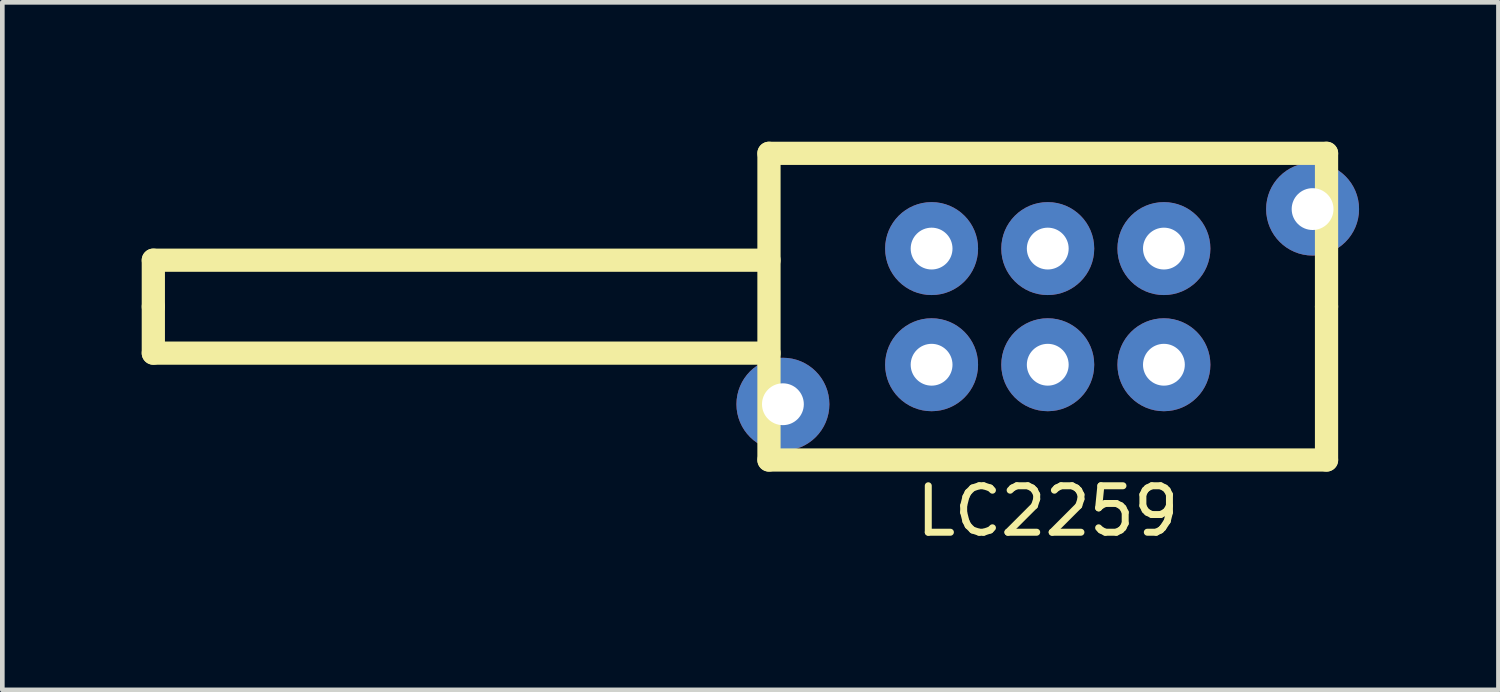
<source format=kicad_pcb>
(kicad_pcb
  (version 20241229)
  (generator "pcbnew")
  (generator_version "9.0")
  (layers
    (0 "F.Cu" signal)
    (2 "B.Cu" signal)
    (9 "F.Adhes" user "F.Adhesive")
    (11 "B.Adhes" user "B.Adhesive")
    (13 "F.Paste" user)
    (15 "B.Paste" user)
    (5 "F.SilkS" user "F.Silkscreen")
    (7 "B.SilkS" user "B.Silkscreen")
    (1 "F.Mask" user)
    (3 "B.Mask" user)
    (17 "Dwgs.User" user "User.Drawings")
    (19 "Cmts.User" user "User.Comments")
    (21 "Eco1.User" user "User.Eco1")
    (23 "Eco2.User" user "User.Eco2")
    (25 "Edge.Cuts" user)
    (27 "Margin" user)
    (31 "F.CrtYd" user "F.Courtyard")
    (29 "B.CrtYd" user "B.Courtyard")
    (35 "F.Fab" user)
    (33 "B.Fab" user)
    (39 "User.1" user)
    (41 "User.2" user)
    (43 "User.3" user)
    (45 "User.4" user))
  (footprint "LC2259"
    (layer "F.Cu")
    (at 19.5 3.55)
    (property "Reference" "LC2259" (at 0 4.4 0) (layer "F.SilkS") (effects (font (size 1 1) (thickness 0.15))))
    (attr through_hole)
    (fp_line (start -19.25 -1) (end -6 -1) (stroke (width 0.5) (type solid)) (layer "F.SilkS"))
    (fp_line (start -19.25 0) (end -19.25 -1) (stroke (width 0.5) (type solid)) (layer "F.SilkS"))
    (fp_line (start -19.25 0) (end -19.25 1) (stroke (width 0.5) (type solid)) (layer "F.SilkS"))
    (fp_line (start -19.25 1) (end -6 1) (stroke (width 0.5) (type solid)) (layer "F.SilkS"))
    (fp_line (start -6 -3.3) (end -6 3.3) (stroke (width 0.5) (type solid)) (layer "F.SilkS"))
    (fp_line (start -6 3.3) (end 6 3.3) (stroke (width 0.5) (type solid)) (layer "F.SilkS"))
    (fp_line (start 6 -3.3) (end -6 -3.3) (stroke (width 0.5) (type solid)) (layer "F.SilkS"))
    (fp_line (start 6 0) (end 6 -3.3) (stroke (width 0.5) (type solid)) (layer "F.SilkS"))
    (fp_line (start 6 3.3) (end 6 0) (stroke (width 0.5) (type solid)) (layer "F.SilkS"))
    (pad "1" thru_hole circle (at -2.5 -1.25) (size 2 2) (drill 0.9) (layers "*.Cu" "*.Mask"))
    (pad "2" thru_hole circle (at 0 -1.25) (size 2 2) (drill 0.9) (layers "*.Cu" "*.Mask"))
    (pad "3" thru_hole circle (at 2.5 -1.25) (size 2 2) (drill 0.9) (layers "*.Cu" "*.Mask"))
    (pad "4" thru_hole circle (at -2.5 1.25) (size 2 2) (drill 0.9) (layers "*.Cu" "*.Mask"))
    (pad "5" thru_hole circle (at 0 1.25) (size 2 2) (drill 0.9) (layers "*.Cu" "*.Mask"))
    (pad "6" thru_hole circle (at 2.5 1.25) (size 2 2) (drill 0.9) (layers "*.Cu" "*.Mask"))
    (pad "S" thru_hole circle (at -5.7 2.1) (size 2 2) (drill 0.9) (layers "*.Cu" "*.Mask"))
    (pad "S" thru_hole circle (at 5.7 -2.1) (size 2 2) (drill 0.9) (layers "*.Cu" "*.Mask")))
  (gr_rect
    (start -3 -3)
    (end 29.2 11.798)
    (stroke (width 0.1) (type default))
    (fill no)
    (layer "Edge.Cuts")))
</source>
